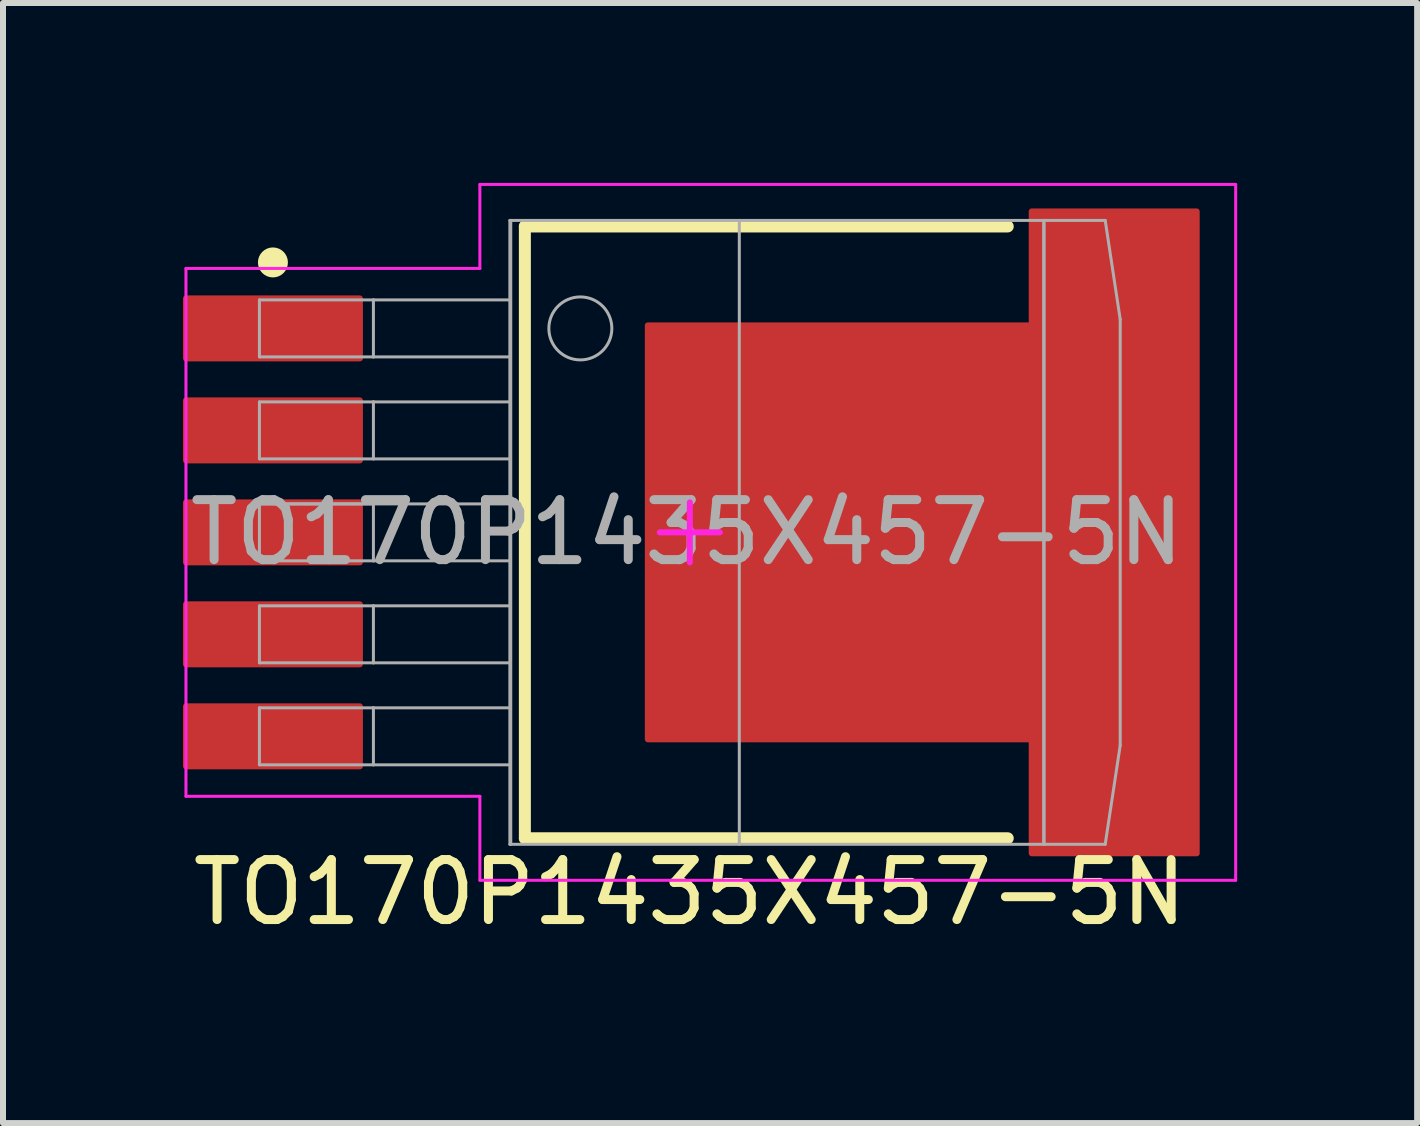
<source format=kicad_pcb>
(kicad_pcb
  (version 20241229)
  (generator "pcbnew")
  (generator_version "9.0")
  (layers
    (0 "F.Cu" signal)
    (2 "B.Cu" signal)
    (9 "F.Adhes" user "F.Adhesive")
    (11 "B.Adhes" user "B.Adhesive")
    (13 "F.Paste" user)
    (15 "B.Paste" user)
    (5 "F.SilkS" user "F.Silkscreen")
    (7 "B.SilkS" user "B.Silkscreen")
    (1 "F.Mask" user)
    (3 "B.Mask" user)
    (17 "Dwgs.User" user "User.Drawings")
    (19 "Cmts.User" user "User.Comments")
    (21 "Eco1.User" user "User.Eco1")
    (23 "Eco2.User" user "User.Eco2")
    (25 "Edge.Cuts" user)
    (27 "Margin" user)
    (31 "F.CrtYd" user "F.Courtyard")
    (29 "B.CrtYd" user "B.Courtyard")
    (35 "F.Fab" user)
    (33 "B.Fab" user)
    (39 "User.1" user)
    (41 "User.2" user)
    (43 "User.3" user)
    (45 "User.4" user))
  (footprint "TO170P1435X457-5N"
    (layer "F.Cu")
    (at 8.45 5.825)
    (property "Reference" "TO170P1435X457-5N" (at 0 6 0) (layer "F.SilkS") (effects (font (size 1 1) (thickness 0.15))))
    (attr through_hole)
    (fp_poly (pts (xy 8.45 5.35) (xy 5.7 5.35) (xy 5.7 -5.35) (xy 8.45 -5.35)) (stroke (width 0.1) (type solid)) (fill yes) (layer "F.Cu"))
    (fp_poly (pts (xy 8.45 -5.35) (xy 5.7 -5.35) (xy 5.7 5.35) (xy 8.45 5.35)) (stroke (width 0.3) (type solid)) (fill yes) (layer "F.Mask"))
    (fp_line (start -2.75 -5.1) (end -2.75 5.1) (stroke (width 0.2) (type solid)) (layer "F.SilkS"))
    (fp_line (start -2.75 -5.1) (end 5.3 -5.1) (stroke (width 0.2) (type solid)) (layer "F.SilkS"))
    (fp_line (start -2.75 5.1) (end 5.3 5.1) (stroke (width 0.2) (type solid)) (layer "F.SilkS"))
    (fp_circle (center -6.95 -4.5) (end -6.95 -4.4) (stroke (width 0.2) (type solid)) (fill no) (layer "F.SilkS"))
    (fp_circle (center -6.95 -4.5) (end -6.95 -4.35) (stroke (width 0.2) (type solid)) (fill no) (layer "F.SilkS"))
    (fp_poly (pts (xy 5.8 -5.25) (xy 5.8 -3.35) (xy -0.6 -3.35) (xy -0.6 3.35) (xy 5.8 3.35) (xy 5.8 5.25) (xy 8.35 5.25) (xy 8.35 -5.25)) (stroke (width 0.1) (type solid)) (fill yes) (layer "F.Paste"))
    (fp_line (start -8.4 -4.4) (end -3.5 -4.4) (stroke (width 0.05) (type solid)) (layer "F.CrtYd"))
    (fp_line (start -8.4 4.4) (end -8.4 -4.4) (stroke (width 0.05) (type solid)) (layer "F.CrtYd"))
    (fp_line (start -3.5 -5.8) (end 9.1 -5.8) (stroke (width 0.05) (type solid)) (layer "F.CrtYd"))
    (fp_line (start -3.5 -4.4) (end -3.5 -5.8) (stroke (width 0.05) (type solid)) (layer "F.CrtYd"))
    (fp_line (start -3.5 4.4) (end -8.4 4.4) (stroke (width 0.05) (type solid)) (layer "F.CrtYd"))
    (fp_line (start -3.5 5.8) (end -3.5 4.4) (stroke (width 0.05) (type solid)) (layer "F.CrtYd"))
    (fp_line (start 0 -0.5) (end 0 0.5) (stroke (width 0.1) (type solid)) (layer "F.CrtYd"))
    (fp_line (start 0.5 0) (end -0.5 0) (stroke (width 0.1) (type solid)) (layer "F.CrtYd"))
    (fp_line (start 9.1 -5.8) (end 9.1 5.8) (stroke (width 0.05) (type solid)) (layer "F.CrtYd"))
    (fp_line (start 9.1 5.8) (end -3.5 5.8) (stroke (width 0.05) (type solid)) (layer "F.CrtYd"))
    (fp_line (start -7.175 -3.875) (end -7.175 -2.925) (stroke (width 0.05) (type solid)) (layer "F.Fab"))
    (fp_line (start -7.175 -3.875) (end -5.275 -3.875) (stroke (width 0.05) (type solid)) (layer "F.Fab"))
    (fp_line (start -7.175 -2.175) (end -7.175 -1.225) (stroke (width 0.05) (type solid)) (layer "F.Fab"))
    (fp_line (start -7.175 -2.175) (end -5.275 -2.175) (stroke (width 0.05) (type solid)) (layer "F.Fab"))
    (fp_line (start -7.175 -0.475) (end -7.175 0.475) (stroke (width 0.05) (type solid)) (layer "F.Fab"))
    (fp_line (start -7.175 -0.475) (end -5.275 -0.475) (stroke (width 0.05) (type solid)) (layer "F.Fab"))
    (fp_line (start -7.175 -0.475) (end -5.275 -0.475) (stroke (width 0.05) (type solid)) (layer "F.Fab"))
    (fp_line (start -7.175 1.225) (end -7.175 2.175) (stroke (width 0.05) (type solid)) (layer "F.Fab"))
    (fp_line (start -7.175 1.225) (end -5.275 1.225) (stroke (width 0.05) (type solid)) (layer "F.Fab"))
    (fp_line (start -7.175 2.925) (end -7.175 3.875) (stroke (width 0.05) (type solid)) (layer "F.Fab"))
    (fp_line (start -7.175 2.925) (end -5.275 2.925) (stroke (width 0.05) (type solid)) (layer "F.Fab"))
    (fp_line (start -5.275 -3.875) (end -3 -3.875) (stroke (width 0.05) (type solid)) (layer "F.Fab"))
    (fp_line (start -5.275 -2.925) (end -7.175 -2.925) (stroke (width 0.05) (type solid)) (layer "F.Fab"))
    (fp_line (start -5.275 -2.925) (end -5.275 -3.875) (stroke (width 0.05) (type solid)) (layer "F.Fab"))
    (fp_line (start -5.275 -2.925) (end -3 -2.925) (stroke (width 0.05) (type solid)) (layer "F.Fab"))
    (fp_line (start -5.275 -2.175) (end -5.275 -1.225) (stroke (width 0.05) (type solid)) (layer "F.Fab"))
    (fp_line (start -5.275 -2.175) (end -3 -2.175) (stroke (width 0.05) (type solid)) (layer "F.Fab"))
    (fp_line (start -5.275 -1.225) (end -7.175 -1.225) (stroke (width 0.05) (type solid)) (layer "F.Fab"))
    (fp_line (start -5.275 -1.225) (end -3 -1.225) (stroke (width 0.05) (type solid)) (layer "F.Fab"))
    (fp_line (start -5.275 -0.475) (end -5.275 0.475) (stroke (width 0.05) (type solid)) (layer "F.Fab"))
    (fp_line (start -5.275 -0.475) (end -3 -0.475) (stroke (width 0.05) (type solid)) (layer "F.Fab"))
    (fp_line (start -5.275 0.475) (end -7.175 0.475) (stroke (width 0.05) (type solid)) (layer "F.Fab"))
    (fp_line (start -5.275 0.475) (end -3 0.475) (stroke (width 0.05) (type solid)) (layer "F.Fab"))
    (fp_line (start -5.275 1.225) (end -5.275 2.175) (stroke (width 0.05) (type solid)) (layer "F.Fab"))
    (fp_line (start -5.275 1.225) (end -3 1.225) (stroke (width 0.05) (type solid)) (layer "F.Fab"))
    (fp_line (start -5.275 2.175) (end -7.175 2.175) (stroke (width 0.05) (type solid)) (layer "F.Fab"))
    (fp_line (start -5.275 2.175) (end -3 2.175) (stroke (width 0.05) (type solid)) (layer "F.Fab"))
    (fp_line (start -5.275 2.925) (end -5.275 3.875) (stroke (width 0.05) (type solid)) (layer "F.Fab"))
    (fp_line (start -5.275 2.925) (end -3 2.925) (stroke (width 0.05) (type solid)) (layer "F.Fab"))
    (fp_line (start -5.275 3.875) (end -7.175 3.875) (stroke (width 0.05) (type solid)) (layer "F.Fab"))
    (fp_line (start -5.275 3.875) (end -3 3.875) (stroke (width 0.05) (type solid)) (layer "F.Fab"))
    (fp_line (start -3 -5.2) (end -3 5.2) (stroke (width 0.05) (type solid)) (layer "F.Fab"))
    (fp_line (start -3 -5.2) (end 6.925 -5.2) (stroke (width 0.05) (type solid)) (layer "F.Fab"))
    (fp_line (start -3 5.2) (end 6.925 5.2) (stroke (width 0.05) (type solid)) (layer "F.Fab"))
    (fp_line (start -2.985 -5.2) (end -2.985 5.2) (stroke (width 0.05) (type solid)) (layer "F.Fab"))
    (fp_line (start 0.825 5.2) (end 0.825 -5.2) (stroke (width 0.05) (type solid)) (layer "F.Fab"))
    (fp_line (start 5.9 5.2) (end 5.9 -5.2) (stroke (width 0.05) (type solid)) (layer "F.Fab"))
    (fp_line (start 5.905 -5.2) (end 5.905 5.2) (stroke (width 0.05) (type solid)) (layer "F.Fab"))
    (fp_line (start 7.175 -3.55) (end 6.925 -5.2) (stroke (width 0.05) (type solid)) (layer "F.Fab"))
    (fp_line (start 7.175 3.55) (end 6.925 5.2) (stroke (width 0.05) (type solid)) (layer "F.Fab"))
    (fp_line (start 7.175 3.55) (end 7.175 -3.55) (stroke (width 0.05) (type solid)) (layer "F.Fab"))
    (fp_circle (center -1.825 -3.4) (end -1.825 -2.875) (stroke (width 0.05) (type solid)) (fill no) (layer "F.Fab"))
    (fp_text user "${REFERENCE}" (at -0.05 0 0) (layer "F.Fab") (effects (font (size 1 1) (thickness 0.15))))
    (pad "1" smd roundrect (at -6.95 -3.4 270) (size 1.1 3) (layers "F.Cu" "F.Mask" "F.Paste") (roundrect_rratio 0.046))
    (pad "2" smd roundrect (at -6.95 -1.7 270) (size 1.1 3) (layers "F.Cu" "F.Mask" "F.Paste") (roundrect_rratio 0.046))
    (pad "3" smd roundrect (at -6.95 0 270) (size 1.1 3) (layers "F.Cu" "F.Mask" "F.Paste") (roundrect_rratio 0.046))
    (pad "4" smd roundrect (at -6.95 1.7 270) (size 1.1 3) (layers "F.Cu" "F.Mask" "F.Paste") (roundrect_rratio 0.046))
    (pad "5" smd roundrect (at -6.95 3.4 270) (size 1.1 3) (layers "F.Cu" "F.Mask" "F.Paste") (roundrect_rratio 0.046))
    (pad "TAP" smd roundrect (at 3.45 0 270) (size 7 8.4) (layers "F.Cu" "F.Mask") (roundrect_rratio 0.007)))
  (gr_rect
    (start -3 -3)
    (end 20.575 15.673)
    (stroke (width 0.1) (type default))
    (fill no)
    (layer "Edge.Cuts")))
</source>
